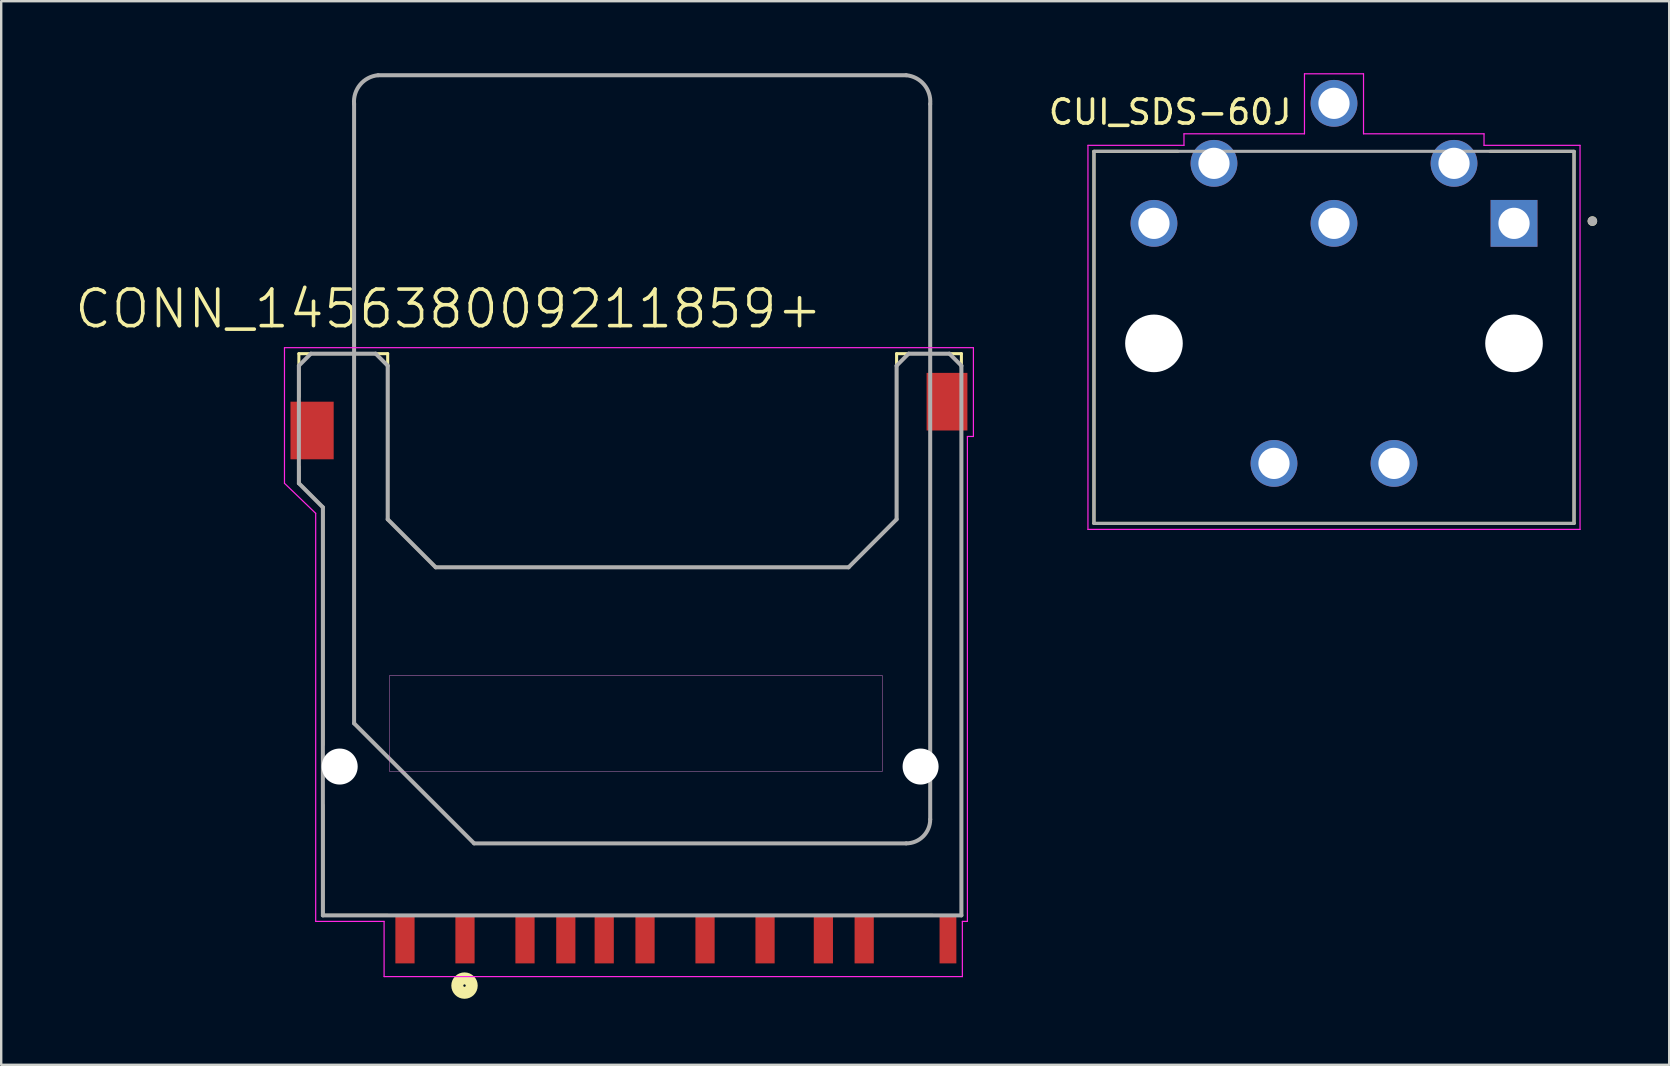
<source format=kicad_pcb>
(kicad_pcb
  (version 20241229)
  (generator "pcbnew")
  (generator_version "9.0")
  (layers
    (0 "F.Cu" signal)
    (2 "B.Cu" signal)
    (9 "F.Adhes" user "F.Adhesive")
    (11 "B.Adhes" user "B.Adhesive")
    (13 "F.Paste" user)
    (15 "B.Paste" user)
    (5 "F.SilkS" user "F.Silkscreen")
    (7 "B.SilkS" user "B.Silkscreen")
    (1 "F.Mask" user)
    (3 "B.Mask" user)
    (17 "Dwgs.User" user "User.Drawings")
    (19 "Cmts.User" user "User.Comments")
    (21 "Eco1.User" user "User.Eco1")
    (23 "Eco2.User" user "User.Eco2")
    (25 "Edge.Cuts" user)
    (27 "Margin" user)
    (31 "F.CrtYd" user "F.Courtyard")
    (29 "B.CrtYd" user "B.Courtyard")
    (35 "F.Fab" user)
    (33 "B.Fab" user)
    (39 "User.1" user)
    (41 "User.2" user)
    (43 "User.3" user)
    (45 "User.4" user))
  (footprint "CONN_145638009211859+"
    (layer "F.Cu")
    (at 23.201 23.384)
    (property "Reference" "CONN_145638009211859+" (at -7.566 -13.566 0) (layer "F.SilkS") (effects (font (size 1.524 1.524) (thickness 0.15))))
    (attr through_hole)
    (fp_line (start -13.8 -11.7) (end -13.8 -9.9) (stroke (width 0.127) (type solid)) (layer "F.SilkS"))
    (fp_line (start -13.8 -6.3) (end -13.8 -7) (stroke (width 0.127) (type solid)) (layer "F.SilkS"))
    (fp_line (start -13.8 -6.3) (end -12.8 -5.3) (stroke (width 0.127) (type solid)) (layer "F.SilkS"))
    (fp_line (start -12.8 -5.3) (end -12.8 4.6) (stroke (width 0.127) (type solid)) (layer "F.SilkS"))
    (fp_line (start -12.8 7.1) (end -12.8 11.7) (stroke (width 0.127) (type solid)) (layer "F.SilkS"))
    (fp_line (start -12.8 11.7) (end -10.1 11.7) (stroke (width 0.127) (type solid)) (layer "F.SilkS"))
    (fp_line (start -10.1 -11.7) (end -13.8 -11.7) (stroke (width 0.127) (type solid)) (layer "F.SilkS"))
    (fp_line (start -10.1 -4.8) (end -10.1 -11.7) (stroke (width 0.127) (type solid)) (layer "F.SilkS"))
    (fp_line (start -8.1 -2.8) (end -10.1 -4.8) (stroke (width 0.127) (type solid)) (layer "F.SilkS"))
    (fp_line (start 9.1 -2.8) (end -8.1 -2.8) (stroke (width 0.127) (type solid)) (layer "F.SilkS"))
    (fp_line (start 10.4 11.7) (end 12.6 11.7) (stroke (width 0.127) (type solid)) (layer "F.SilkS"))
    (fp_line (start 11.1 -11.7) (end 11.1 -4.8) (stroke (width 0.127) (type solid)) (layer "F.SilkS"))
    (fp_line (start 11.1 -4.8) (end 9.1 -2.8) (stroke (width 0.127) (type solid)) (layer "F.SilkS"))
    (fp_line (start 13.8 -11.7) (end 11.1 -11.7) (stroke (width 0.127) (type solid)) (layer "F.SilkS"))
    (fp_line (start 13.8 -11.1) (end 13.8 -11.7) (stroke (width 0.127) (type solid)) (layer "F.SilkS"))
    (fp_circle (center -6.9 14.625) (end -6.85 14.625) (stroke (width 0.5) (type solid)) (fill no) (layer "F.SilkS"))
    (fp_poly (pts (xy -10.013 1.7) (xy 10.5 1.7) (xy 10.5 5.708) (xy -10.013 5.708)) (stroke (width 0.01) (type solid)) (fill no) (layer "Dwgs.User"))
    (fp_line (start -14.4 -11.95) (end -14.4 -6.3) (stroke (width 0.05) (type solid)) (layer "F.CrtYd"))
    (fp_line (start -14.4 -6.3) (end -13.1 -5.05) (stroke (width 0.05) (type solid)) (layer "F.CrtYd"))
    (fp_line (start -13.1 -5.05) (end -13.1 11.95) (stroke (width 0.05) (type solid)) (layer "F.CrtYd"))
    (fp_line (start -13.1 11.95) (end -10.25 11.95) (stroke (width 0.05) (type solid)) (layer "F.CrtYd"))
    (fp_line (start -10.25 11.95) (end -10.25 14.25) (stroke (width 0.05) (type solid)) (layer "F.CrtYd"))
    (fp_line (start -10.25 14.25) (end 13.84 14.25) (stroke (width 0.05) (type solid)) (layer "F.CrtYd"))
    (fp_line (start 13.84 11.95) (end 14.05 11.95) (stroke (width 0.05) (type solid)) (layer "F.CrtYd"))
    (fp_line (start 13.84 14.25) (end 13.84 11.95) (stroke (width 0.05) (type solid)) (layer "F.CrtYd"))
    (fp_line (start 14.05 -8.25) (end 14.3 -8.25) (stroke (width 0.05) (type solid)) (layer "F.CrtYd"))
    (fp_line (start 14.05 11.95) (end 14.05 -8.25) (stroke (width 0.05) (type solid)) (layer "F.CrtYd"))
    (fp_line (start 14.3 -11.95) (end -14.4 -11.95) (stroke (width 0.05) (type solid)) (layer "F.CrtYd"))
    (fp_line (start 14.3 -8.25) (end 14.3 -11.95) (stroke (width 0.05) (type solid)) (layer "F.CrtYd"))
    (fp_poly (pts (xy -10.025 1.7) (xy 10.5 1.7) (xy 10.5 5.714) (xy -10.025 5.714)) (stroke (width 0.01) (type solid)) (fill no) (layer "F.CrtYd"))
    (fp_line (start -13.8 -11.2) (end -13.8 -6.3) (stroke (width 0.167) (type solid)) (layer "F.Fab"))
    (fp_line (start -13.8 -6.3) (end -12.8 -5.3) (stroke (width 0.167) (type solid)) (layer "F.Fab"))
    (fp_line (start -13.3 -11.7) (end -13.8 -11.2) (stroke (width 0.167) (type solid)) (layer "F.Fab"))
    (fp_line (start -12.8 -5.3) (end -12.8 11.7) (stroke (width 0.167) (type solid)) (layer "F.Fab"))
    (fp_line (start -12.8 11.7) (end 13.8 11.7) (stroke (width 0.167) (type solid)) (layer "F.Fab"))
    (fp_line (start -11.5 -22.1) (end -11.5 3.7) (stroke (width 0.167) (type solid)) (layer "F.Fab"))
    (fp_line (start -11.5 3.7) (end -6.5 8.7) (stroke (width 0.167) (type solid)) (layer "F.Fab"))
    (fp_line (start -10.6 -11.7) (end -13.3 -11.7) (stroke (width 0.167) (type solid)) (layer "F.Fab"))
    (fp_line (start -10.1 -11.2) (end -10.6 -11.7) (stroke (width 0.167) (type solid)) (layer "F.Fab"))
    (fp_line (start -10.1 -4.8) (end -10.1 -11.2) (stroke (width 0.167) (type solid)) (layer "F.Fab"))
    (fp_line (start -8.1 -2.8) (end -10.1 -4.8) (stroke (width 0.167) (type solid)) (layer "F.Fab"))
    (fp_line (start -6.5 8.7) (end 11.5 8.7) (stroke (width 0.167) (type solid)) (layer "F.Fab"))
    (fp_line (start 9.1 -2.8) (end -8.1 -2.8) (stroke (width 0.167) (type solid)) (layer "F.Fab"))
    (fp_line (start 11.1 -11.2) (end 11.1 -4.8) (stroke (width 0.167) (type solid)) (layer "F.Fab"))
    (fp_line (start 11.1 -4.8) (end 9.1 -2.8) (stroke (width 0.167) (type solid)) (layer "F.Fab"))
    (fp_line (start 11.5 -23.3) (end -10.5 -23.3) (stroke (width 0.167) (type solid)) (layer "F.Fab"))
    (fp_line (start 11.6 -11.7) (end 11.1 -11.2) (stroke (width 0.167) (type solid)) (layer "F.Fab"))
    (fp_line (start 12.5 7.7) (end 12.5 -22.1) (stroke (width 0.167) (type solid)) (layer "F.Fab"))
    (fp_line (start 13.3 -11.7) (end 11.6 -11.7) (stroke (width 0.167) (type solid)) (layer "F.Fab"))
    (fp_line (start 13.8 -11.2) (end 13.3 -11.7) (stroke (width 0.167) (type solid)) (layer "F.Fab"))
    (fp_line (start 13.8 11.7) (end 13.8 -11.2) (stroke (width 0.167) (type solid)) (layer "F.Fab"))
    (fp_arc (start -11.5 -22.1) (mid -11.248528 -22.907107) (end -10.5 -23.3) (stroke (width 0.167) (type solid)) (layer "F.Fab"))
    (fp_arc (start 11.5 -23.3) (mid 12.248528 -22.907107) (end 12.5 -22.1) (stroke (width 0.167) (type solid)) (layer "F.Fab"))
    (fp_arc (start 12.5 7.7) (mid 12.207107 8.407107) (end 11.5 8.7) (stroke (width 0.167) (type solid)) (layer "F.Fab"))
    (pad "" np_thru_hole circle (at -12.1 5.5) (size 1.5 1.5) (drill 1.5) (layers "*.Cu" "*.Mask"))
    (pad "" np_thru_hole circle (at 12.1 5.5) (size 1.5 1.5) (drill 1.5) (layers "*.Cu" "*.Mask"))
    (pad "1" smd rect (at -6.88 12.7) (size 0.8 2) (layers "F.Cu" "F.Mask" "F.Paste"))
    (pad "2" smd rect (at -4.38 12.7) (size 0.8 2) (layers "F.Cu" "F.Mask" "F.Paste"))
    (pad "3" smd rect (at -1.08 12.7) (size 0.8 2) (layers "F.Cu" "F.Mask" "F.Paste"))
    (pad "4" smd rect (at 0.62 12.7) (size 0.8 2) (layers "F.Cu" "F.Mask" "F.Paste"))
    (pad "5" smd rect (at 3.12 12.7) (size 0.8 2) (layers "F.Cu" "F.Mask" "F.Paste"))
    (pad "6" smd rect (at 5.62 12.7) (size 0.8 2) (layers "F.Cu" "F.Mask" "F.Paste"))
    (pad "7" smd rect (at 8.05 12.7) (size 0.8 2) (layers "F.Cu" "F.Mask" "F.Paste"))
    (pad "8" smd rect (at 9.75 12.7) (size 0.8 2) (layers "F.Cu" "F.Mask" "F.Paste"))
    (pad "9" smd rect (at -9.38 12.7) (size 0.8 2) (layers "F.Cu" "F.Mask" "F.Paste"))
    (pad "10" smd rect (at -13.25 -8.5) (size 1.8 2.4) (layers "F.Cu" "F.Mask" "F.Paste"))
    (pad "11" smd rect (at 13.2 -9.7) (size 1.7 2.4) (layers "F.Cu" "F.Mask" "F.Paste"))
    (pad "CD" smd rect (at -2.68 12.7) (size 0.8 2) (layers "F.Cu" "F.Mask" "F.Paste"))
    (pad "WP" smd rect (at 13.24 12.7) (size 0.7 2) (layers "F.Cu" "F.Mask" "F.Paste")))
  (footprint "CUI_SDS-60J"
    (layer "F.Cu")
    (at 52.523 11.255)
    (property "Reference" "CUI_SDS-60J" (at -6.825 -9.635 0) (layer "F.SilkS") (effects (font (size 1 1) (thickness 0.15))))
    (attr through_hole)
    (fp_line (start -10 -8) (end -6.5 -8) (stroke (width 0.127) (type solid)) (layer "F.SilkS"))
    (fp_line (start -10 7.5) (end -10 -8) (stroke (width 0.127) (type solid)) (layer "F.SilkS"))
    (fp_line (start -10 7.5) (end 10 7.5) (stroke (width 0.127) (type solid)) (layer "F.SilkS"))
    (fp_line (start 6.5 -8) (end 10 -8) (stroke (width 0.127) (type solid)) (layer "F.SilkS"))
    (fp_line (start 10 -8) (end 10 7.5) (stroke (width 0.127) (type solid)) (layer "F.SilkS"))
    (fp_circle (center 10.764 -5.094) (end 10.864 -5.094) (stroke (width 0.2) (type solid)) (fill no) (layer "F.SilkS"))
    (fp_line (start -10.25 -8.25) (end -6.25 -8.25) (stroke (width 0.05) (type solid)) (layer "F.CrtYd"))
    (fp_line (start -10.25 7.75) (end -10.25 -8.25) (stroke (width 0.05) (type solid)) (layer "F.CrtYd"))
    (fp_line (start -6.25 -8.73) (end -1.23 -8.73) (stroke (width 0.05) (type solid)) (layer "F.CrtYd"))
    (fp_line (start -6.25 -8.25) (end -6.25 -8.73) (stroke (width 0.05) (type solid)) (layer "F.CrtYd"))
    (fp_line (start -1.23 -11.23) (end 1.23 -11.23) (stroke (width 0.05) (type solid)) (layer "F.CrtYd"))
    (fp_line (start -1.23 -8.73) (end -1.23 -11.23) (stroke (width 0.05) (type solid)) (layer "F.CrtYd"))
    (fp_line (start 1.23 -11.23) (end 1.23 -8.73) (stroke (width 0.05) (type solid)) (layer "F.CrtYd"))
    (fp_line (start 1.23 -8.73) (end 6.25 -8.73) (stroke (width 0.05) (type solid)) (layer "F.CrtYd"))
    (fp_line (start 6.25 -8.73) (end 6.25 -8.25) (stroke (width 0.05) (type solid)) (layer "F.CrtYd"))
    (fp_line (start 6.25 -8.25) (end 10.25 -8.25) (stroke (width 0.05) (type solid)) (layer "F.CrtYd"))
    (fp_line (start 10.25 -8.25) (end 10.25 7.75) (stroke (width 0.05) (type solid)) (layer "F.CrtYd"))
    (fp_line (start 10.25 7.75) (end -10.25 7.75) (stroke (width 0.05) (type solid)) (layer "F.CrtYd"))
    (fp_line (start -10 -8) (end 10 -8) (stroke (width 0.127) (type solid)) (layer "F.Fab"))
    (fp_line (start -10 7.5) (end -10 -8) (stroke (width 0.127) (type solid)) (layer "F.Fab"))
    (fp_line (start 10 -8) (end 10 7.5) (stroke (width 0.127) (type solid)) (layer "F.Fab"))
    (fp_line (start 10 7.5) (end -10 7.5) (stroke (width 0.127) (type solid)) (layer "F.Fab"))
    (fp_circle (center 10.764 -5.094) (end 10.864 -5.094) (stroke (width 0.2) (type solid)) (fill no) (layer "F.Fab"))
    (pad "" np_thru_hole circle (at -7.5 0) (size 2.4 2.4) (drill 2.4) (layers "*.Cu" "*.Mask"))
    (pad "" np_thru_hole circle (at 7.5 0) (size 2.4 2.4) (drill 2.4) (layers "*.Cu" "*.Mask"))
    (pad "1" thru_hole rect (at 7.5 -5) (size 1.95 1.95) (drill 1.3) (layers "*.Cu" "*.Mask"))
    (pad "2" thru_hole circle (at 5 -7.5) (size 1.95 1.95) (drill 1.3) (layers "*.Cu" "*.Mask"))
    (pad "3" thru_hole circle (at 0 -5) (size 1.95 1.95) (drill 1.3) (layers "*.Cu" "*.Mask"))
    (pad "4" thru_hole circle (at -5 -7.5) (size 1.95 1.95) (drill 1.3) (layers "*.Cu" "*.Mask"))
    (pad "5" thru_hole circle (at -7.5 -5) (size 1.95 1.95) (drill 1.3) (layers "*.Cu" "*.Mask"))
    (pad "6" thru_hole circle (at 0 -10) (size 1.95 1.95) (drill 1.3) (layers "*.Cu" "*.Mask"))
    (pad "E1" thru_hole circle (at -2.5 5) (size 1.95 1.95) (drill 1.3) (layers "*.Cu" "*.Mask"))
    (pad "E2" thru_hole circle (at 2.5 5) (size 1.95 1.95) (drill 1.3) (layers "*.Cu" "*.Mask")))
  (gr_rect
    (start -3 -3)
    (end 66.487 41.309)
    (stroke (width 0.1) (type default))
    (fill no)
    (layer "Edge.Cuts")))
</source>
